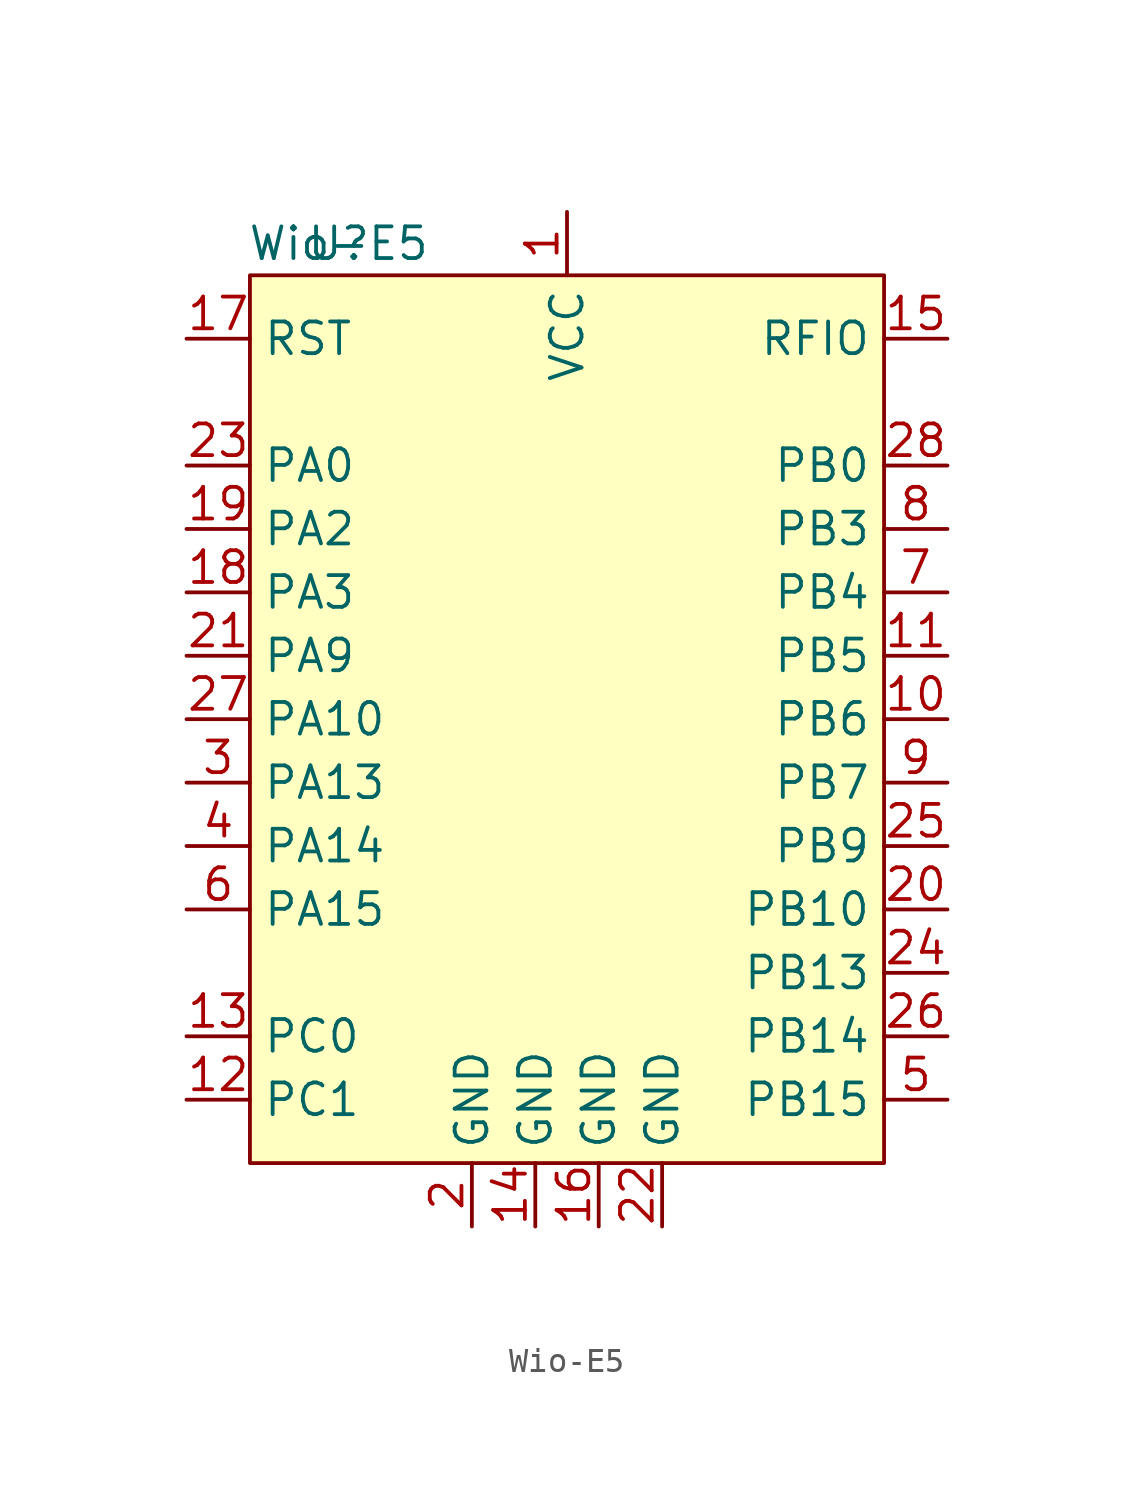
<source format=kicad_sym>
(kicad_symbol_lib
  (version 20241209)
  (generator "kicad_symbol_editor")
  (generator_version "9.0")
  (symbol "Wio-E5"
    (property "Reference" "U"
      (at -9.144 1.27 0)
      (effects (font (size 1.27 1.27))))
    (property "Value" "Wio-E5"
      (at -9.144 1.27 0)
      (effects (font (size 1.27 1.27))))
    (symbol "Wio-E5_0_0"
      (pin input line (at -15.24 -2.54 0) (length 2.54) (name "RST" (effects (font (size 1.27 1.27)))) (number "17" (effects (font (size 1.27 1.27)))))
      (pin bidirectional line (at -15.24 -7.62 0) (length 2.54) (name "PA0" (effects (font (size 1.27 1.27)))) (number "23" (effects (font (size 1.27 1.27)))))
      (pin bidirectional line (at -15.24 -10.16 0) (length 2.54) (name "PA2" (effects (font (size 1.27 1.27)))) (number "19" (effects (font (size 1.27 1.27)))))
      (pin bidirectional line (at -15.24 -12.7 0) (length 2.54) (name "PA3" (effects (font (size 1.27 1.27)))) (number "18" (effects (font (size 1.27 1.27)))))
      (pin bidirectional line (at -15.24 -15.24 0) (length 2.54) (name "PA9" (effects (font (size 1.27 1.27)))) (number "21" (effects (font (size 1.27 1.27)))))
      (pin bidirectional line (at -15.24 -17.78 0) (length 2.54) (name "PA10" (effects (font (size 1.27 1.27)))) (number "27" (effects (font (size 1.27 1.27)))))
      (pin bidirectional line (at -15.24 -20.32 0) (length 2.54) (name "PA13" (effects (font (size 1.27 1.27)))) (number "3" (effects (font (size 1.27 1.27)))))
      (pin bidirectional line (at -15.24 -22.86 0) (length 2.54) (name "PA14" (effects (font (size 1.27 1.27)))) (number "4" (effects (font (size 1.27 1.27)))))
      (pin bidirectional line (at -15.24 -25.4 0) (length 2.54) (name "PA15" (effects (font (size 1.27 1.27)))) (number "6" (effects (font (size 1.27 1.27)))))
      (pin bidirectional line (at -15.24 -30.48 0) (length 2.54) (name "PC0" (effects (font (size 1.27 1.27)))) (number "13" (effects (font (size 1.27 1.27)))))
      (pin bidirectional line (at -15.24 -33.02 0) (length 2.54) (name "PC1" (effects (font (size 1.27 1.27)))) (number "12" (effects (font (size 1.27 1.27)))))
      (pin power_in line (at -3.81 -38.1 90) (length 2.54) (name "GND" (effects (font (size 1.27 1.27)))) (number "2" (effects (font (size 1.27 1.27)))))
      (pin power_in line (at -1.27 -38.1 90) (length 2.54) (name "GND" (effects (font (size 1.27 1.27)))) (number "14" (effects (font (size 1.27 1.27)))))
      (pin power_in line (at 0 2.54 270) (length 2.54) (name "VCC" (effects (font (size 1.27 1.27)))) (number "1" (effects (font (size 1.27 1.27)))))
      (pin power_in line (at 1.27 -38.1 90) (length 2.54) (name "GND" (effects (font (size 1.27 1.27)))) (number "16" (effects (font (size 1.27 1.27)))))
      (pin power_in line (at 3.81 -38.1 90) (length 2.54) (name "GND" (effects (font (size 1.27 1.27)))) (number "22" (effects (font (size 1.27 1.27)))))
      (pin bidirectional line (at 15.24 -2.54 180) (length 2.54) (name "RFIO" (effects (font (size 1.27 1.27)))) (number "15" (effects (font (size 1.27 1.27)))))
      (pin unspecified line (at 15.24 -7.62 180) (length 2.54) (name "PB0" (effects (font (size 1.27 1.27)))) (number "28" (effects (font (size 1.27 1.27)))))
      (pin bidirectional line (at 15.24 -10.16 180) (length 2.54) (name "PB3" (effects (font (size 1.27 1.27)))) (number "8" (effects (font (size 1.27 1.27)))))
      (pin bidirectional line (at 15.24 -12.7 180) (length 2.54) (name "PB4" (effects (font (size 1.27 1.27)))) (number "7" (effects (font (size 1.27 1.27)))))
      (pin bidirectional line (at 15.24 -15.24 180) (length 2.54) (name "PB5" (effects (font (size 1.27 1.27)))) (number "11" (effects (font (size 1.27 1.27)))))
      (pin bidirectional line (at 15.24 -17.78 180) (length 2.54) (name "PB6" (effects (font (size 1.27 1.27)))) (number "10" (effects (font (size 1.27 1.27)))))
      (pin bidirectional line (at 15.24 -20.32 180) (length 2.54) (name "PB7" (effects (font (size 1.27 1.27)))) (number "9" (effects (font (size 1.27 1.27)))))
      (pin bidirectional line (at 15.24 -22.86 180) (length 2.54) (name "PB9" (effects (font (size 1.27 1.27)))) (number "25" (effects (font (size 1.27 1.27)))))
      (pin bidirectional line (at 15.24 -25.4 180) (length 2.54) (name "PB10" (effects (font (size 1.27 1.27)))) (number "20" (effects (font (size 1.27 1.27)))))
      (pin bidirectional line (at 15.24 -27.94 180) (length 2.54) (name "PB13" (effects (font (size 1.27 1.27)))) (number "24" (effects (font (size 1.27 1.27)))))
      (pin bidirectional line (at 15.24 -30.48 180) (length 2.54) (name "PB14" (effects (font (size 1.27 1.27)))) (number "26" (effects (font (size 1.27 1.27)))))
      (pin bidirectional line (at 15.24 -33.02 180) (length 2.54) (name "PB15" (effects (font (size 1.27 1.27)))) (number "5" (effects (font (size 1.27 1.27))))))
    (symbol "Wio-E5_1_1"
      (rectangle (start -12.7 0) (end 12.7 -35.56) (stroke (width 0) (type solid)) (fill (type background))))))
</source>
